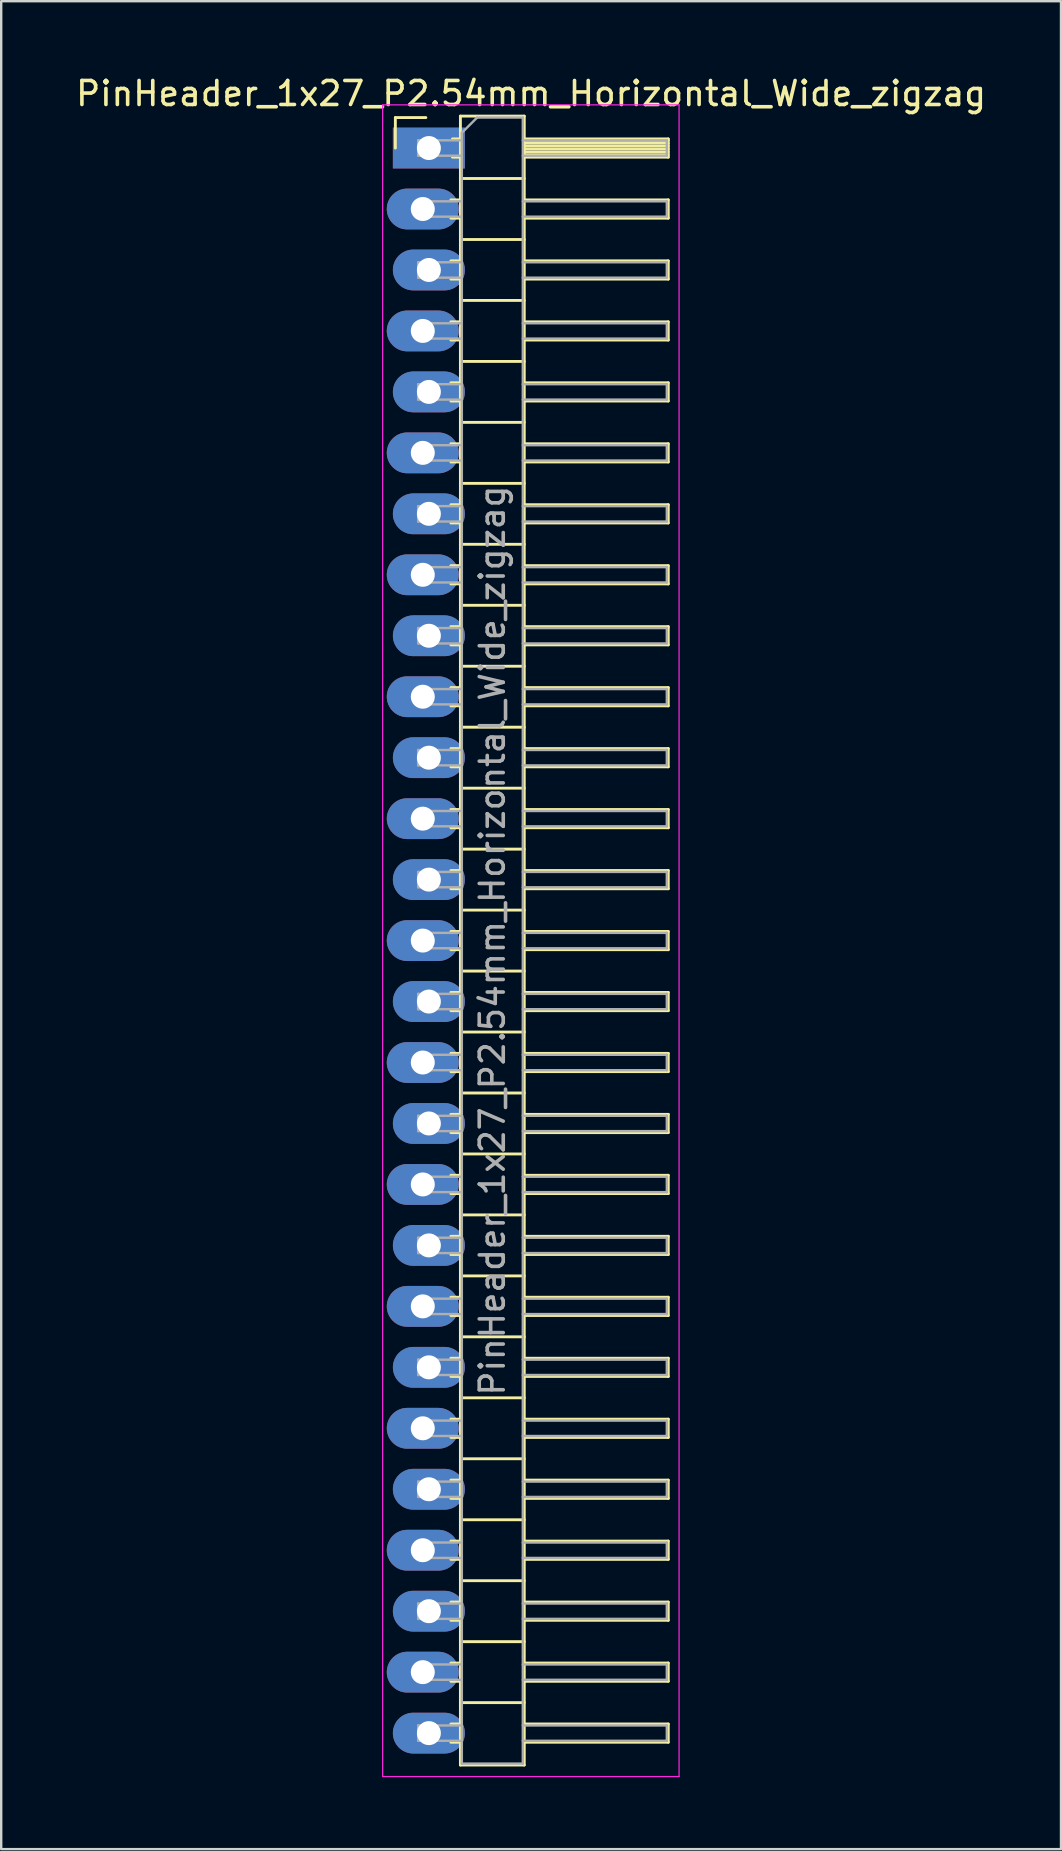
<source format=kicad_pcb>
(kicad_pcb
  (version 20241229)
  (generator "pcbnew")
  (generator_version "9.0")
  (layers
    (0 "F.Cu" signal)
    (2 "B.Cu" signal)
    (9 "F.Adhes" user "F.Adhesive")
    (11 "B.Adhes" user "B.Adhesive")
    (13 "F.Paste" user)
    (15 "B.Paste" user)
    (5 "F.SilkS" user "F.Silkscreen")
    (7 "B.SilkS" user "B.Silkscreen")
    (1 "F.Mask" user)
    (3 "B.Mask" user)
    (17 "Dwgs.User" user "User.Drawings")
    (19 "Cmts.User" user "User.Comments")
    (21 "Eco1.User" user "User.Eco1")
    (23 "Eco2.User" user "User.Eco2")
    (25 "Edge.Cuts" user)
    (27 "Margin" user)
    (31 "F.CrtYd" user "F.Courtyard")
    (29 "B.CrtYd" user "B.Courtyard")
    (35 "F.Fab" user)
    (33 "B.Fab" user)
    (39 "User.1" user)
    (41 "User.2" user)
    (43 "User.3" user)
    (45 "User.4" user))
  (footprint "PinHeader_1x27_P2.54mm_Horizontal_Wide_zigzag"
    (layer "F.Cu")
    (at 14.692 3.118)
    (property "Reference" "PinHeader_1x27_P2.54mm_Horizontal_Wide_zigzag" (at 4.385 -2.27 0) (layer "F.SilkS") (effects (font (size 1 1) (thickness 0.15))))
    (attr through_hole)
    (fp_line (start -1.27 -1.27) (end 0 -1.27) (stroke (width 0.12) (type solid)) (layer "F.SilkS"))
    (fp_line (start -1.27 0) (end -1.27 -1.27) (stroke (width 0.12) (type solid)) (layer "F.SilkS"))
    (fp_line (start 1.043 2.16) (end 1.44 2.16) (stroke (width 0.12) (type solid)) (layer "F.SilkS"))
    (fp_line (start 1.043 2.92) (end 1.44 2.92) (stroke (width 0.12) (type solid)) (layer "F.SilkS"))
    (fp_line (start 1.043 4.7) (end 1.44 4.7) (stroke (width 0.12) (type solid)) (layer "F.SilkS"))
    (fp_line (start 1.043 5.46) (end 1.44 5.46) (stroke (width 0.12) (type solid)) (layer "F.SilkS"))
    (fp_line (start 1.043 7.24) (end 1.44 7.24) (stroke (width 0.12) (type solid)) (layer "F.SilkS"))
    (fp_line (start 1.043 8) (end 1.44 8) (stroke (width 0.12) (type solid)) (layer "F.SilkS"))
    (fp_line (start 1.043 9.78) (end 1.44 9.78) (stroke (width 0.12) (type solid)) (layer "F.SilkS"))
    (fp_line (start 1.043 10.54) (end 1.44 10.54) (stroke (width 0.12) (type solid)) (layer "F.SilkS"))
    (fp_line (start 1.043 12.32) (end 1.44 12.32) (stroke (width 0.12) (type solid)) (layer "F.SilkS"))
    (fp_line (start 1.043 13.08) (end 1.44 13.08) (stroke (width 0.12) (type solid)) (layer "F.SilkS"))
    (fp_line (start 1.043 14.86) (end 1.44 14.86) (stroke (width 0.12) (type solid)) (layer "F.SilkS"))
    (fp_line (start 1.043 15.62) (end 1.44 15.62) (stroke (width 0.12) (type solid)) (layer "F.SilkS"))
    (fp_line (start 1.043 17.4) (end 1.44 17.4) (stroke (width 0.12) (type solid)) (layer "F.SilkS"))
    (fp_line (start 1.043 18.16) (end 1.44 18.16) (stroke (width 0.12) (type solid)) (layer "F.SilkS"))
    (fp_line (start 1.043 19.94) (end 1.44 19.94) (stroke (width 0.12) (type solid)) (layer "F.SilkS"))
    (fp_line (start 1.043 20.7) (end 1.44 20.7) (stroke (width 0.12) (type solid)) (layer "F.SilkS"))
    (fp_line (start 1.043 22.48) (end 1.44 22.48) (stroke (width 0.12) (type solid)) (layer "F.SilkS"))
    (fp_line (start 1.043 23.24) (end 1.44 23.24) (stroke (width 0.12) (type solid)) (layer "F.SilkS"))
    (fp_line (start 1.043 25.02) (end 1.44 25.02) (stroke (width 0.12) (type solid)) (layer "F.SilkS"))
    (fp_line (start 1.043 25.78) (end 1.44 25.78) (stroke (width 0.12) (type solid)) (layer "F.SilkS"))
    (fp_line (start 1.043 27.56) (end 1.44 27.56) (stroke (width 0.12) (type solid)) (layer "F.SilkS"))
    (fp_line (start 1.043 28.32) (end 1.44 28.32) (stroke (width 0.12) (type solid)) (layer "F.SilkS"))
    (fp_line (start 1.043 30.1) (end 1.44 30.1) (stroke (width 0.12) (type solid)) (layer "F.SilkS"))
    (fp_line (start 1.043 30.86) (end 1.44 30.86) (stroke (width 0.12) (type solid)) (layer "F.SilkS"))
    (fp_line (start 1.043 32.64) (end 1.44 32.64) (stroke (width 0.12) (type solid)) (layer "F.SilkS"))
    (fp_line (start 1.043 33.4) (end 1.44 33.4) (stroke (width 0.12) (type solid)) (layer "F.SilkS"))
    (fp_line (start 1.043 35.18) (end 1.44 35.18) (stroke (width 0.12) (type solid)) (layer "F.SilkS"))
    (fp_line (start 1.043 35.94) (end 1.44 35.94) (stroke (width 0.12) (type solid)) (layer "F.SilkS"))
    (fp_line (start 1.043 37.72) (end 1.44 37.72) (stroke (width 0.12) (type solid)) (layer "F.SilkS"))
    (fp_line (start 1.043 38.48) (end 1.44 38.48) (stroke (width 0.12) (type solid)) (layer "F.SilkS"))
    (fp_line (start 1.043 40.26) (end 1.44 40.26) (stroke (width 0.12) (type solid)) (layer "F.SilkS"))
    (fp_line (start 1.043 41.02) (end 1.44 41.02) (stroke (width 0.12) (type solid)) (layer "F.SilkS"))
    (fp_line (start 1.043 42.8) (end 1.44 42.8) (stroke (width 0.12) (type solid)) (layer "F.SilkS"))
    (fp_line (start 1.043 43.56) (end 1.44 43.56) (stroke (width 0.12) (type solid)) (layer "F.SilkS"))
    (fp_line (start 1.043 45.34) (end 1.44 45.34) (stroke (width 0.12) (type solid)) (layer "F.SilkS"))
    (fp_line (start 1.043 46.1) (end 1.44 46.1) (stroke (width 0.12) (type solid)) (layer "F.SilkS"))
    (fp_line (start 1.043 47.88) (end 1.44 47.88) (stroke (width 0.12) (type solid)) (layer "F.SilkS"))
    (fp_line (start 1.043 48.64) (end 1.44 48.64) (stroke (width 0.12) (type solid)) (layer "F.SilkS"))
    (fp_line (start 1.043 50.42) (end 1.44 50.42) (stroke (width 0.12) (type solid)) (layer "F.SilkS"))
    (fp_line (start 1.043 51.18) (end 1.44 51.18) (stroke (width 0.12) (type solid)) (layer "F.SilkS"))
    (fp_line (start 1.043 52.96) (end 1.44 52.96) (stroke (width 0.12) (type solid)) (layer "F.SilkS"))
    (fp_line (start 1.043 53.72) (end 1.44 53.72) (stroke (width 0.12) (type solid)) (layer "F.SilkS"))
    (fp_line (start 1.043 55.5) (end 1.44 55.5) (stroke (width 0.12) (type solid)) (layer "F.SilkS"))
    (fp_line (start 1.043 56.26) (end 1.44 56.26) (stroke (width 0.12) (type solid)) (layer "F.SilkS"))
    (fp_line (start 1.043 58.04) (end 1.44 58.04) (stroke (width 0.12) (type solid)) (layer "F.SilkS"))
    (fp_line (start 1.043 58.8) (end 1.44 58.8) (stroke (width 0.12) (type solid)) (layer "F.SilkS"))
    (fp_line (start 1.043 60.58) (end 1.44 60.58) (stroke (width 0.12) (type solid)) (layer "F.SilkS"))
    (fp_line (start 1.043 61.34) (end 1.44 61.34) (stroke (width 0.12) (type solid)) (layer "F.SilkS"))
    (fp_line (start 1.043 63.12) (end 1.44 63.12) (stroke (width 0.12) (type solid)) (layer "F.SilkS"))
    (fp_line (start 1.043 63.88) (end 1.44 63.88) (stroke (width 0.12) (type solid)) (layer "F.SilkS"))
    (fp_line (start 1.043 65.66) (end 1.44 65.66) (stroke (width 0.12) (type solid)) (layer "F.SilkS"))
    (fp_line (start 1.043 66.42) (end 1.44 66.42) (stroke (width 0.12) (type solid)) (layer "F.SilkS"))
    (fp_line (start 1.11 -0.38) (end 1.44 -0.38) (stroke (width 0.12) (type solid)) (layer "F.SilkS"))
    (fp_line (start 1.11 0.38) (end 1.44 0.38) (stroke (width 0.12) (type solid)) (layer "F.SilkS"))
    (fp_line (start 1.44 -1.33) (end 1.44 67.37) (stroke (width 0.12) (type solid)) (layer "F.SilkS"))
    (fp_line (start 1.44 1.27) (end 4.1 1.27) (stroke (width 0.12) (type solid)) (layer "F.SilkS"))
    (fp_line (start 1.44 3.81) (end 4.1 3.81) (stroke (width 0.12) (type solid)) (layer "F.SilkS"))
    (fp_line (start 1.44 6.35) (end 4.1 6.35) (stroke (width 0.12) (type solid)) (layer "F.SilkS"))
    (fp_line (start 1.44 8.89) (end 4.1 8.89) (stroke (width 0.12) (type solid)) (layer "F.SilkS"))
    (fp_line (start 1.44 11.43) (end 4.1 11.43) (stroke (width 0.12) (type solid)) (layer "F.SilkS"))
    (fp_line (start 1.44 13.97) (end 4.1 13.97) (stroke (width 0.12) (type solid)) (layer "F.SilkS"))
    (fp_line (start 1.44 16.51) (end 4.1 16.51) (stroke (width 0.12) (type solid)) (layer "F.SilkS"))
    (fp_line (start 1.44 19.05) (end 4.1 19.05) (stroke (width 0.12) (type solid)) (layer "F.SilkS"))
    (fp_line (start 1.44 21.59) (end 4.1 21.59) (stroke (width 0.12) (type solid)) (layer "F.SilkS"))
    (fp_line (start 1.44 24.13) (end 4.1 24.13) (stroke (width 0.12) (type solid)) (layer "F.SilkS"))
    (fp_line (start 1.44 26.67) (end 4.1 26.67) (stroke (width 0.12) (type solid)) (layer "F.SilkS"))
    (fp_line (start 1.44 29.21) (end 4.1 29.21) (stroke (width 0.12) (type solid)) (layer "F.SilkS"))
    (fp_line (start 1.44 31.75) (end 4.1 31.75) (stroke (width 0.12) (type solid)) (layer "F.SilkS"))
    (fp_line (start 1.44 34.29) (end 4.1 34.29) (stroke (width 0.12) (type solid)) (layer "F.SilkS"))
    (fp_line (start 1.44 36.83) (end 4.1 36.83) (stroke (width 0.12) (type solid)) (layer "F.SilkS"))
    (fp_line (start 1.44 39.37) (end 4.1 39.37) (stroke (width 0.12) (type solid)) (layer "F.SilkS"))
    (fp_line (start 1.44 41.91) (end 4.1 41.91) (stroke (width 0.12) (type solid)) (layer "F.SilkS"))
    (fp_line (start 1.44 44.45) (end 4.1 44.45) (stroke (width 0.12) (type solid)) (layer "F.SilkS"))
    (fp_line (start 1.44 46.99) (end 4.1 46.99) (stroke (width 0.12) (type solid)) (layer "F.SilkS"))
    (fp_line (start 1.44 49.53) (end 4.1 49.53) (stroke (width 0.12) (type solid)) (layer "F.SilkS"))
    (fp_line (start 1.44 52.07) (end 4.1 52.07) (stroke (width 0.12) (type solid)) (layer "F.SilkS"))
    (fp_line (start 1.44 54.61) (end 4.1 54.61) (stroke (width 0.12) (type solid)) (layer "F.SilkS"))
    (fp_line (start 1.44 57.15) (end 4.1 57.15) (stroke (width 0.12) (type solid)) (layer "F.SilkS"))
    (fp_line (start 1.44 59.69) (end 4.1 59.69) (stroke (width 0.12) (type solid)) (layer "F.SilkS"))
    (fp_line (start 1.44 62.23) (end 4.1 62.23) (stroke (width 0.12) (type solid)) (layer "F.SilkS"))
    (fp_line (start 1.44 64.77) (end 4.1 64.77) (stroke (width 0.12) (type solid)) (layer "F.SilkS"))
    (fp_line (start 1.44 67.37) (end 4.1 67.37) (stroke (width 0.12) (type solid)) (layer "F.SilkS"))
    (fp_line (start 4.1 -1.33) (end 1.44 -1.33) (stroke (width 0.12) (type solid)) (layer "F.SilkS"))
    (fp_line (start 4.1 -0.38) (end 10.1 -0.38) (stroke (width 0.12) (type solid)) (layer "F.SilkS"))
    (fp_line (start 4.1 -0.32) (end 10.1 -0.32) (stroke (width 0.12) (type solid)) (layer "F.SilkS"))
    (fp_line (start 4.1 -0.2) (end 10.1 -0.2) (stroke (width 0.12) (type solid)) (layer "F.SilkS"))
    (fp_line (start 4.1 -0.08) (end 10.1 -0.08) (stroke (width 0.12) (type solid)) (layer "F.SilkS"))
    (fp_line (start 4.1 0.04) (end 10.1 0.04) (stroke (width 0.12) (type solid)) (layer "F.SilkS"))
    (fp_line (start 4.1 0.16) (end 10.1 0.16) (stroke (width 0.12) (type solid)) (layer "F.SilkS"))
    (fp_line (start 4.1 0.28) (end 10.1 0.28) (stroke (width 0.12) (type solid)) (layer "F.SilkS"))
    (fp_line (start 4.1 2.16) (end 10.1 2.16) (stroke (width 0.12) (type solid)) (layer "F.SilkS"))
    (fp_line (start 4.1 4.7) (end 10.1 4.7) (stroke (width 0.12) (type solid)) (layer "F.SilkS"))
    (fp_line (start 4.1 7.24) (end 10.1 7.24) (stroke (width 0.12) (type solid)) (layer "F.SilkS"))
    (fp_line (start 4.1 9.78) (end 10.1 9.78) (stroke (width 0.12) (type solid)) (layer "F.SilkS"))
    (fp_line (start 4.1 12.32) (end 10.1 12.32) (stroke (width 0.12) (type solid)) (layer "F.SilkS"))
    (fp_line (start 4.1 14.86) (end 10.1 14.86) (stroke (width 0.12) (type solid)) (layer "F.SilkS"))
    (fp_line (start 4.1 17.4) (end 10.1 17.4) (stroke (width 0.12) (type solid)) (layer "F.SilkS"))
    (fp_line (start 4.1 19.94) (end 10.1 19.94) (stroke (width 0.12) (type solid)) (layer "F.SilkS"))
    (fp_line (start 4.1 22.48) (end 10.1 22.48) (stroke (width 0.12) (type solid)) (layer "F.SilkS"))
    (fp_line (start 4.1 25.02) (end 10.1 25.02) (stroke (width 0.12) (type solid)) (layer "F.SilkS"))
    (fp_line (start 4.1 27.56) (end 10.1 27.56) (stroke (width 0.12) (type solid)) (layer "F.SilkS"))
    (fp_line (start 4.1 30.1) (end 10.1 30.1) (stroke (width 0.12) (type solid)) (layer "F.SilkS"))
    (fp_line (start 4.1 32.64) (end 10.1 32.64) (stroke (width 0.12) (type solid)) (layer "F.SilkS"))
    (fp_line (start 4.1 35.18) (end 10.1 35.18) (stroke (width 0.12) (type solid)) (layer "F.SilkS"))
    (fp_line (start 4.1 37.72) (end 10.1 37.72) (stroke (width 0.12) (type solid)) (layer "F.SilkS"))
    (fp_line (start 4.1 40.26) (end 10.1 40.26) (stroke (width 0.12) (type solid)) (layer "F.SilkS"))
    (fp_line (start 4.1 42.8) (end 10.1 42.8) (stroke (width 0.12) (type solid)) (layer "F.SilkS"))
    (fp_line (start 4.1 45.34) (end 10.1 45.34) (stroke (width 0.12) (type solid)) (layer "F.SilkS"))
    (fp_line (start 4.1 47.88) (end 10.1 47.88) (stroke (width 0.12) (type solid)) (layer "F.SilkS"))
    (fp_line (start 4.1 50.42) (end 10.1 50.42) (stroke (width 0.12) (type solid)) (layer "F.SilkS"))
    (fp_line (start 4.1 52.96) (end 10.1 52.96) (stroke (width 0.12) (type solid)) (layer "F.SilkS"))
    (fp_line (start 4.1 55.5) (end 10.1 55.5) (stroke (width 0.12) (type solid)) (layer "F.SilkS"))
    (fp_line (start 4.1 58.04) (end 10.1 58.04) (stroke (width 0.12) (type solid)) (layer "F.SilkS"))
    (fp_line (start 4.1 60.58) (end 10.1 60.58) (stroke (width 0.12) (type solid)) (layer "F.SilkS"))
    (fp_line (start 4.1 63.12) (end 10.1 63.12) (stroke (width 0.12) (type solid)) (layer "F.SilkS"))
    (fp_line (start 4.1 65.66) (end 10.1 65.66) (stroke (width 0.12) (type solid)) (layer "F.SilkS"))
    (fp_line (start 4.1 67.37) (end 4.1 -1.33) (stroke (width 0.12) (type solid)) (layer "F.SilkS"))
    (fp_line (start 10.1 -0.38) (end 10.1 0.38) (stroke (width 0.12) (type solid)) (layer "F.SilkS"))
    (fp_line (start 10.1 0.38) (end 4.1 0.38) (stroke (width 0.12) (type solid)) (layer "F.SilkS"))
    (fp_line (start 10.1 2.16) (end 10.1 2.92) (stroke (width 0.12) (type solid)) (layer "F.SilkS"))
    (fp_line (start 10.1 2.92) (end 4.1 2.92) (stroke (width 0.12) (type solid)) (layer "F.SilkS"))
    (fp_line (start 10.1 4.7) (end 10.1 5.46) (stroke (width 0.12) (type solid)) (layer "F.SilkS"))
    (fp_line (start 10.1 5.46) (end 4.1 5.46) (stroke (width 0.12) (type solid)) (layer "F.SilkS"))
    (fp_line (start 10.1 7.24) (end 10.1 8) (stroke (width 0.12) (type solid)) (layer "F.SilkS"))
    (fp_line (start 10.1 8) (end 4.1 8) (stroke (width 0.12) (type solid)) (layer "F.SilkS"))
    (fp_line (start 10.1 9.78) (end 10.1 10.54) (stroke (width 0.12) (type solid)) (layer "F.SilkS"))
    (fp_line (start 10.1 10.54) (end 4.1 10.54) (stroke (width 0.12) (type solid)) (layer "F.SilkS"))
    (fp_line (start 10.1 12.32) (end 10.1 13.08) (stroke (width 0.12) (type solid)) (layer "F.SilkS"))
    (fp_line (start 10.1 13.08) (end 4.1 13.08) (stroke (width 0.12) (type solid)) (layer "F.SilkS"))
    (fp_line (start 10.1 14.86) (end 10.1 15.62) (stroke (width 0.12) (type solid)) (layer "F.SilkS"))
    (fp_line (start 10.1 15.62) (end 4.1 15.62) (stroke (width 0.12) (type solid)) (layer "F.SilkS"))
    (fp_line (start 10.1 17.4) (end 10.1 18.16) (stroke (width 0.12) (type solid)) (layer "F.SilkS"))
    (fp_line (start 10.1 18.16) (end 4.1 18.16) (stroke (width 0.12) (type solid)) (layer "F.SilkS"))
    (fp_line (start 10.1 19.94) (end 10.1 20.7) (stroke (width 0.12) (type solid)) (layer "F.SilkS"))
    (fp_line (start 10.1 20.7) (end 4.1 20.7) (stroke (width 0.12) (type solid)) (layer "F.SilkS"))
    (fp_line (start 10.1 22.48) (end 10.1 23.24) (stroke (width 0.12) (type solid)) (layer "F.SilkS"))
    (fp_line (start 10.1 23.24) (end 4.1 23.24) (stroke (width 0.12) (type solid)) (layer "F.SilkS"))
    (fp_line (start 10.1 25.02) (end 10.1 25.78) (stroke (width 0.12) (type solid)) (layer "F.SilkS"))
    (fp_line (start 10.1 25.78) (end 4.1 25.78) (stroke (width 0.12) (type solid)) (layer "F.SilkS"))
    (fp_line (start 10.1 27.56) (end 10.1 28.32) (stroke (width 0.12) (type solid)) (layer "F.SilkS"))
    (fp_line (start 10.1 28.32) (end 4.1 28.32) (stroke (width 0.12) (type solid)) (layer "F.SilkS"))
    (fp_line (start 10.1 30.1) (end 10.1 30.86) (stroke (width 0.12) (type solid)) (layer "F.SilkS"))
    (fp_line (start 10.1 30.86) (end 4.1 30.86) (stroke (width 0.12) (type solid)) (layer "F.SilkS"))
    (fp_line (start 10.1 32.64) (end 10.1 33.4) (stroke (width 0.12) (type solid)) (layer "F.SilkS"))
    (fp_line (start 10.1 33.4) (end 4.1 33.4) (stroke (width 0.12) (type solid)) (layer "F.SilkS"))
    (fp_line (start 10.1 35.18) (end 10.1 35.94) (stroke (width 0.12) (type solid)) (layer "F.SilkS"))
    (fp_line (start 10.1 35.94) (end 4.1 35.94) (stroke (width 0.12) (type solid)) (layer "F.SilkS"))
    (fp_line (start 10.1 37.72) (end 10.1 38.48) (stroke (width 0.12) (type solid)) (layer "F.SilkS"))
    (fp_line (start 10.1 38.48) (end 4.1 38.48) (stroke (width 0.12) (type solid)) (layer "F.SilkS"))
    (fp_line (start 10.1 40.26) (end 10.1 41.02) (stroke (width 0.12) (type solid)) (layer "F.SilkS"))
    (fp_line (start 10.1 41.02) (end 4.1 41.02) (stroke (width 0.12) (type solid)) (layer "F.SilkS"))
    (fp_line (start 10.1 42.8) (end 10.1 43.56) (stroke (width 0.12) (type solid)) (layer "F.SilkS"))
    (fp_line (start 10.1 43.56) (end 4.1 43.56) (stroke (width 0.12) (type solid)) (layer "F.SilkS"))
    (fp_line (start 10.1 45.34) (end 10.1 46.1) (stroke (width 0.12) (type solid)) (layer "F.SilkS"))
    (fp_line (start 10.1 46.1) (end 4.1 46.1) (stroke (width 0.12) (type solid)) (layer "F.SilkS"))
    (fp_line (start 10.1 47.88) (end 10.1 48.64) (stroke (width 0.12) (type solid)) (layer "F.SilkS"))
    (fp_line (start 10.1 48.64) (end 4.1 48.64) (stroke (width 0.12) (type solid)) (layer "F.SilkS"))
    (fp_line (start 10.1 50.42) (end 10.1 51.18) (stroke (width 0.12) (type solid)) (layer "F.SilkS"))
    (fp_line (start 10.1 51.18) (end 4.1 51.18) (stroke (width 0.12) (type solid)) (layer "F.SilkS"))
    (fp_line (start 10.1 52.96) (end 10.1 53.72) (stroke (width 0.12) (type solid)) (layer "F.SilkS"))
    (fp_line (start 10.1 53.72) (end 4.1 53.72) (stroke (width 0.12) (type solid)) (layer "F.SilkS"))
    (fp_line (start 10.1 55.5) (end 10.1 56.26) (stroke (width 0.12) (type solid)) (layer "F.SilkS"))
    (fp_line (start 10.1 56.26) (end 4.1 56.26) (stroke (width 0.12) (type solid)) (layer "F.SilkS"))
    (fp_line (start 10.1 58.04) (end 10.1 58.8) (stroke (width 0.12) (type solid)) (layer "F.SilkS"))
    (fp_line (start 10.1 58.8) (end 4.1 58.8) (stroke (width 0.12) (type solid)) (layer "F.SilkS"))
    (fp_line (start 10.1 60.58) (end 10.1 61.34) (stroke (width 0.12) (type solid)) (layer "F.SilkS"))
    (fp_line (start 10.1 61.34) (end 4.1 61.34) (stroke (width 0.12) (type solid)) (layer "F.SilkS"))
    (fp_line (start 10.1 63.12) (end 10.1 63.88) (stroke (width 0.12) (type solid)) (layer "F.SilkS"))
    (fp_line (start 10.1 63.88) (end 4.1 63.88) (stroke (width 0.12) (type solid)) (layer "F.SilkS"))
    (fp_line (start 10.1 65.66) (end 10.1 66.42) (stroke (width 0.12) (type solid)) (layer "F.SilkS"))
    (fp_line (start 10.1 66.42) (end 4.1 66.42) (stroke (width 0.12) (type solid)) (layer "F.SilkS"))
    (fp_line (start -1.8 -1.8) (end -1.8 67.85) (stroke (width 0.05) (type solid)) (layer "F.CrtYd"))
    (fp_line (start -1.8 67.85) (end 10.55 67.85) (stroke (width 0.05) (type solid)) (layer "F.CrtYd"))
    (fp_line (start 10.55 -1.8) (end -1.8 -1.8) (stroke (width 0.05) (type solid)) (layer "F.CrtYd"))
    (fp_line (start 10.55 67.85) (end 10.55 -1.8) (stroke (width 0.05) (type solid)) (layer "F.CrtYd"))
    (fp_line (start -0.32 -0.32) (end -0.32 0.32) (stroke (width 0.1) (type solid)) (layer "F.Fab"))
    (fp_line (start -0.32 -0.32) (end 1.5 -0.32) (stroke (width 0.1) (type solid)) (layer "F.Fab"))
    (fp_line (start -0.32 0.32) (end 1.5 0.32) (stroke (width 0.1) (type solid)) (layer "F.Fab"))
    (fp_line (start -0.32 2.22) (end -0.32 2.86) (stroke (width 0.1) (type solid)) (layer "F.Fab"))
    (fp_line (start -0.32 2.22) (end 1.5 2.22) (stroke (width 0.1) (type solid)) (layer "F.Fab"))
    (fp_line (start -0.32 2.86) (end 1.5 2.86) (stroke (width 0.1) (type solid)) (layer "F.Fab"))
    (fp_line (start -0.32 4.76) (end -0.32 5.4) (stroke (width 0.1) (type solid)) (layer "F.Fab"))
    (fp_line (start -0.32 4.76) (end 1.5 4.76) (stroke (width 0.1) (type solid)) (layer "F.Fab"))
    (fp_line (start -0.32 5.4) (end 1.5 5.4) (stroke (width 0.1) (type solid)) (layer "F.Fab"))
    (fp_line (start -0.32 7.3) (end -0.32 7.94) (stroke (width 0.1) (type solid)) (layer "F.Fab"))
    (fp_line (start -0.32 7.3) (end 1.5 7.3) (stroke (width 0.1) (type solid)) (layer "F.Fab"))
    (fp_line (start -0.32 7.94) (end 1.5 7.94) (stroke (width 0.1) (type solid)) (layer "F.Fab"))
    (fp_line (start -0.32 9.84) (end -0.32 10.48) (stroke (width 0.1) (type solid)) (layer "F.Fab"))
    (fp_line (start -0.32 9.84) (end 1.5 9.84) (stroke (width 0.1) (type solid)) (layer "F.Fab"))
    (fp_line (start -0.32 10.48) (end 1.5 10.48) (stroke (width 0.1) (type solid)) (layer "F.Fab"))
    (fp_line (start -0.32 12.38) (end -0.32 13.02) (stroke (width 0.1) (type solid)) (layer "F.Fab"))
    (fp_line (start -0.32 12.38) (end 1.5 12.38) (stroke (width 0.1) (type solid)) (layer "F.Fab"))
    (fp_line (start -0.32 13.02) (end 1.5 13.02) (stroke (width 0.1) (type solid)) (layer "F.Fab"))
    (fp_line (start -0.32 14.92) (end -0.32 15.56) (stroke (width 0.1) (type solid)) (layer "F.Fab"))
    (fp_line (start -0.32 14.92) (end 1.5 14.92) (stroke (width 0.1) (type solid)) (layer "F.Fab"))
    (fp_line (start -0.32 15.56) (end 1.5 15.56) (stroke (width 0.1) (type solid)) (layer "F.Fab"))
    (fp_line (start -0.32 17.46) (end -0.32 18.1) (stroke (width 0.1) (type solid)) (layer "F.Fab"))
    (fp_line (start -0.32 17.46) (end 1.5 17.46) (stroke (width 0.1) (type solid)) (layer "F.Fab"))
    (fp_line (start -0.32 18.1) (end 1.5 18.1) (stroke (width 0.1) (type solid)) (layer "F.Fab"))
    (fp_line (start -0.32 20) (end -0.32 20.64) (stroke (width 0.1) (type solid)) (layer "F.Fab"))
    (fp_line (start -0.32 20) (end 1.5 20) (stroke (width 0.1) (type solid)) (layer "F.Fab"))
    (fp_line (start -0.32 20.64) (end 1.5 20.64) (stroke (width 0.1) (type solid)) (layer "F.Fab"))
    (fp_line (start -0.32 22.54) (end -0.32 23.18) (stroke (width 0.1) (type solid)) (layer "F.Fab"))
    (fp_line (start -0.32 22.54) (end 1.5 22.54) (stroke (width 0.1) (type solid)) (layer "F.Fab"))
    (fp_line (start -0.32 23.18) (end 1.5 23.18) (stroke (width 0.1) (type solid)) (layer "F.Fab"))
    (fp_line (start -0.32 25.08) (end -0.32 25.72) (stroke (width 0.1) (type solid)) (layer "F.Fab"))
    (fp_line (start -0.32 25.08) (end 1.5 25.08) (stroke (width 0.1) (type solid)) (layer "F.Fab"))
    (fp_line (start -0.32 25.72) (end 1.5 25.72) (stroke (width 0.1) (type solid)) (layer "F.Fab"))
    (fp_line (start -0.32 27.62) (end -0.32 28.26) (stroke (width 0.1) (type solid)) (layer "F.Fab"))
    (fp_line (start -0.32 27.62) (end 1.5 27.62) (stroke (width 0.1) (type solid)) (layer "F.Fab"))
    (fp_line (start -0.32 28.26) (end 1.5 28.26) (stroke (width 0.1) (type solid)) (layer "F.Fab"))
    (fp_line (start -0.32 30.16) (end -0.32 30.8) (stroke (width 0.1) (type solid)) (layer "F.Fab"))
    (fp_line (start -0.32 30.16) (end 1.5 30.16) (stroke (width 0.1) (type solid)) (layer "F.Fab"))
    (fp_line (start -0.32 30.8) (end 1.5 30.8) (stroke (width 0.1) (type solid)) (layer "F.Fab"))
    (fp_line (start -0.32 32.7) (end -0.32 33.34) (stroke (width 0.1) (type solid)) (layer "F.Fab"))
    (fp_line (start -0.32 32.7) (end 1.5 32.7) (stroke (width 0.1) (type solid)) (layer "F.Fab"))
    (fp_line (start -0.32 33.34) (end 1.5 33.34) (stroke (width 0.1) (type solid)) (layer "F.Fab"))
    (fp_line (start -0.32 35.24) (end -0.32 35.88) (stroke (width 0.1) (type solid)) (layer "F.Fab"))
    (fp_line (start -0.32 35.24) (end 1.5 35.24) (stroke (width 0.1) (type solid)) (layer "F.Fab"))
    (fp_line (start -0.32 35.88) (end 1.5 35.88) (stroke (width 0.1) (type solid)) (layer "F.Fab"))
    (fp_line (start -0.32 37.78) (end -0.32 38.42) (stroke (width 0.1) (type solid)) (layer "F.Fab"))
    (fp_line (start -0.32 37.78) (end 1.5 37.78) (stroke (width 0.1) (type solid)) (layer "F.Fab"))
    (fp_line (start -0.32 38.42) (end 1.5 38.42) (stroke (width 0.1) (type solid)) (layer "F.Fab"))
    (fp_line (start -0.32 40.32) (end -0.32 40.96) (stroke (width 0.1) (type solid)) (layer "F.Fab"))
    (fp_line (start -0.32 40.32) (end 1.5 40.32) (stroke (width 0.1) (type solid)) (layer "F.Fab"))
    (fp_line (start -0.32 40.96) (end 1.5 40.96) (stroke (width 0.1) (type solid)) (layer "F.Fab"))
    (fp_line (start -0.32 42.86) (end -0.32 43.5) (stroke (width 0.1) (type solid)) (layer "F.Fab"))
    (fp_line (start -0.32 42.86) (end 1.5 42.86) (stroke (width 0.1) (type solid)) (layer "F.Fab"))
    (fp_line (start -0.32 43.5) (end 1.5 43.5) (stroke (width 0.1) (type solid)) (layer "F.Fab"))
    (fp_line (start -0.32 45.4) (end -0.32 46.04) (stroke (width 0.1) (type solid)) (layer "F.Fab"))
    (fp_line (start -0.32 45.4) (end 1.5 45.4) (stroke (width 0.1) (type solid)) (layer "F.Fab"))
    (fp_line (start -0.32 46.04) (end 1.5 46.04) (stroke (width 0.1) (type solid)) (layer "F.Fab"))
    (fp_line (start -0.32 47.94) (end -0.32 48.58) (stroke (width 0.1) (type solid)) (layer "F.Fab"))
    (fp_line (start -0.32 47.94) (end 1.5 47.94) (stroke (width 0.1) (type solid)) (layer "F.Fab"))
    (fp_line (start -0.32 48.58) (end 1.5 48.58) (stroke (width 0.1) (type solid)) (layer "F.Fab"))
    (fp_line (start -0.32 50.48) (end -0.32 51.12) (stroke (width 0.1) (type solid)) (layer "F.Fab"))
    (fp_line (start -0.32 50.48) (end 1.5 50.48) (stroke (width 0.1) (type solid)) (layer "F.Fab"))
    (fp_line (start -0.32 51.12) (end 1.5 51.12) (stroke (width 0.1) (type solid)) (layer "F.Fab"))
    (fp_line (start -0.32 53.02) (end -0.32 53.66) (stroke (width 0.1) (type solid)) (layer "F.Fab"))
    (fp_line (start -0.32 53.02) (end 1.5 53.02) (stroke (width 0.1) (type solid)) (layer "F.Fab"))
    (fp_line (start -0.32 53.66) (end 1.5 53.66) (stroke (width 0.1) (type solid)) (layer "F.Fab"))
    (fp_line (start -0.32 55.56) (end -0.32 56.2) (stroke (width 0.1) (type solid)) (layer "F.Fab"))
    (fp_line (start -0.32 55.56) (end 1.5 55.56) (stroke (width 0.1) (type solid)) (layer "F.Fab"))
    (fp_line (start -0.32 56.2) (end 1.5 56.2) (stroke (width 0.1) (type solid)) (layer "F.Fab"))
    (fp_line (start -0.32 58.1) (end -0.32 58.74) (stroke (width 0.1) (type solid)) (layer "F.Fab"))
    (fp_line (start -0.32 58.1) (end 1.5 58.1) (stroke (width 0.1) (type solid)) (layer "F.Fab"))
    (fp_line (start -0.32 58.74) (end 1.5 58.74) (stroke (width 0.1) (type solid)) (layer "F.Fab"))
    (fp_line (start -0.32 60.64) (end -0.32 61.28) (stroke (width 0.1) (type solid)) (layer "F.Fab"))
    (fp_line (start -0.32 60.64) (end 1.5 60.64) (stroke (width 0.1) (type solid)) (layer "F.Fab"))
    (fp_line (start -0.32 61.28) (end 1.5 61.28) (stroke (width 0.1) (type solid)) (layer "F.Fab"))
    (fp_line (start -0.32 63.18) (end -0.32 63.82) (stroke (width 0.1) (type solid)) (layer "F.Fab"))
    (fp_line (start -0.32 63.18) (end 1.5 63.18) (stroke (width 0.1) (type solid)) (layer "F.Fab"))
    (fp_line (start -0.32 63.82) (end 1.5 63.82) (stroke (width 0.1) (type solid)) (layer "F.Fab"))
    (fp_line (start -0.32 65.72) (end -0.32 66.36) (stroke (width 0.1) (type solid)) (layer "F.Fab"))
    (fp_line (start -0.32 65.72) (end 1.5 65.72) (stroke (width 0.1) (type solid)) (layer "F.Fab"))
    (fp_line (start -0.32 66.36) (end 1.5 66.36) (stroke (width 0.1) (type solid)) (layer "F.Fab"))
    (fp_line (start 1.5 -0.635) (end 2.135 -1.27) (stroke (width 0.1) (type solid)) (layer "F.Fab"))
    (fp_line (start 1.5 67.31) (end 1.5 -0.635) (stroke (width 0.1) (type solid)) (layer "F.Fab"))
    (fp_line (start 2.135 -1.27) (end 4.04 -1.27) (stroke (width 0.1) (type solid)) (layer "F.Fab"))
    (fp_line (start 4.04 -1.27) (end 4.04 67.31) (stroke (width 0.1) (type solid)) (layer "F.Fab"))
    (fp_line (start 4.04 -0.32) (end 10.04 -0.32) (stroke (width 0.1) (type solid)) (layer "F.Fab"))
    (fp_line (start 4.04 0.32) (end 10.04 0.32) (stroke (width 0.1) (type solid)) (layer "F.Fab"))
    (fp_line (start 4.04 2.22) (end 10.04 2.22) (stroke (width 0.1) (type solid)) (layer "F.Fab"))
    (fp_line (start 4.04 2.86) (end 10.04 2.86) (stroke (width 0.1) (type solid)) (layer "F.Fab"))
    (fp_line (start 4.04 4.76) (end 10.04 4.76) (stroke (width 0.1) (type solid)) (layer "F.Fab"))
    (fp_line (start 4.04 5.4) (end 10.04 5.4) (stroke (width 0.1) (type solid)) (layer "F.Fab"))
    (fp_line (start 4.04 7.3) (end 10.04 7.3) (stroke (width 0.1) (type solid)) (layer "F.Fab"))
    (fp_line (start 4.04 7.94) (end 10.04 7.94) (stroke (width 0.1) (type solid)) (layer "F.Fab"))
    (fp_line (start 4.04 9.84) (end 10.04 9.84) (stroke (width 0.1) (type solid)) (layer "F.Fab"))
    (fp_line (start 4.04 10.48) (end 10.04 10.48) (stroke (width 0.1) (type solid)) (layer "F.Fab"))
    (fp_line (start 4.04 12.38) (end 10.04 12.38) (stroke (width 0.1) (type solid)) (layer "F.Fab"))
    (fp_line (start 4.04 13.02) (end 10.04 13.02) (stroke (width 0.1) (type solid)) (layer "F.Fab"))
    (fp_line (start 4.04 14.92) (end 10.04 14.92) (stroke (width 0.1) (type solid)) (layer "F.Fab"))
    (fp_line (start 4.04 15.56) (end 10.04 15.56) (stroke (width 0.1) (type solid)) (layer "F.Fab"))
    (fp_line (start 4.04 17.46) (end 10.04 17.46) (stroke (width 0.1) (type solid)) (layer "F.Fab"))
    (fp_line (start 4.04 18.1) (end 10.04 18.1) (stroke (width 0.1) (type solid)) (layer "F.Fab"))
    (fp_line (start 4.04 20) (end 10.04 20) (stroke (width 0.1) (type solid)) (layer "F.Fab"))
    (fp_line (start 4.04 20.64) (end 10.04 20.64) (stroke (width 0.1) (type solid)) (layer "F.Fab"))
    (fp_line (start 4.04 22.54) (end 10.04 22.54) (stroke (width 0.1) (type solid)) (layer "F.Fab"))
    (fp_line (start 4.04 23.18) (end 10.04 23.18) (stroke (width 0.1) (type solid)) (layer "F.Fab"))
    (fp_line (start 4.04 25.08) (end 10.04 25.08) (stroke (width 0.1) (type solid)) (layer "F.Fab"))
    (fp_line (start 4.04 25.72) (end 10.04 25.72) (stroke (width 0.1) (type solid)) (layer "F.Fab"))
    (fp_line (start 4.04 27.62) (end 10.04 27.62) (stroke (width 0.1) (type solid)) (layer "F.Fab"))
    (fp_line (start 4.04 28.26) (end 10.04 28.26) (stroke (width 0.1) (type solid)) (layer "F.Fab"))
    (fp_line (start 4.04 30.16) (end 10.04 30.16) (stroke (width 0.1) (type solid)) (layer "F.Fab"))
    (fp_line (start 4.04 30.8) (end 10.04 30.8) (stroke (width 0.1) (type solid)) (layer "F.Fab"))
    (fp_line (start 4.04 32.7) (end 10.04 32.7) (stroke (width 0.1) (type solid)) (layer "F.Fab"))
    (fp_line (start 4.04 33.34) (end 10.04 33.34) (stroke (width 0.1) (type solid)) (layer "F.Fab"))
    (fp_line (start 4.04 35.24) (end 10.04 35.24) (stroke (width 0.1) (type solid)) (layer "F.Fab"))
    (fp_line (start 4.04 35.88) (end 10.04 35.88) (stroke (width 0.1) (type solid)) (layer "F.Fab"))
    (fp_line (start 4.04 37.78) (end 10.04 37.78) (stroke (width 0.1) (type solid)) (layer "F.Fab"))
    (fp_line (start 4.04 38.42) (end 10.04 38.42) (stroke (width 0.1) (type solid)) (layer "F.Fab"))
    (fp_line (start 4.04 40.32) (end 10.04 40.32) (stroke (width 0.1) (type solid)) (layer "F.Fab"))
    (fp_line (start 4.04 40.96) (end 10.04 40.96) (stroke (width 0.1) (type solid)) (layer "F.Fab"))
    (fp_line (start 4.04 42.86) (end 10.04 42.86) (stroke (width 0.1) (type solid)) (layer "F.Fab"))
    (fp_line (start 4.04 43.5) (end 10.04 43.5) (stroke (width 0.1) (type solid)) (layer "F.Fab"))
    (fp_line (start 4.04 45.4) (end 10.04 45.4) (stroke (width 0.1) (type solid)) (layer "F.Fab"))
    (fp_line (start 4.04 46.04) (end 10.04 46.04) (stroke (width 0.1) (type solid)) (layer "F.Fab"))
    (fp_line (start 4.04 47.94) (end 10.04 47.94) (stroke (width 0.1) (type solid)) (layer "F.Fab"))
    (fp_line (start 4.04 48.58) (end 10.04 48.58) (stroke (width 0.1) (type solid)) (layer "F.Fab"))
    (fp_line (start 4.04 50.48) (end 10.04 50.48) (stroke (width 0.1) (type solid)) (layer "F.Fab"))
    (fp_line (start 4.04 51.12) (end 10.04 51.12) (stroke (width 0.1) (type solid)) (layer "F.Fab"))
    (fp_line (start 4.04 53.02) (end 10.04 53.02) (stroke (width 0.1) (type solid)) (layer "F.Fab"))
    (fp_line (start 4.04 53.66) (end 10.04 53.66) (stroke (width 0.1) (type solid)) (layer "F.Fab"))
    (fp_line (start 4.04 55.56) (end 10.04 55.56) (stroke (width 0.1) (type solid)) (layer "F.Fab"))
    (fp_line (start 4.04 56.2) (end 10.04 56.2) (stroke (width 0.1) (type solid)) (layer "F.Fab"))
    (fp_line (start 4.04 58.1) (end 10.04 58.1) (stroke (width 0.1) (type solid)) (layer "F.Fab"))
    (fp_line (start 4.04 58.74) (end 10.04 58.74) (stroke (width 0.1) (type solid)) (layer "F.Fab"))
    (fp_line (start 4.04 60.64) (end 10.04 60.64) (stroke (width 0.1) (type solid)) (layer "F.Fab"))
    (fp_line (start 4.04 61.28) (end 10.04 61.28) (stroke (width 0.1) (type solid)) (layer "F.Fab"))
    (fp_line (start 4.04 63.18) (end 10.04 63.18) (stroke (width 0.1) (type solid)) (layer "F.Fab"))
    (fp_line (start 4.04 63.82) (end 10.04 63.82) (stroke (width 0.1) (type solid)) (layer "F.Fab"))
    (fp_line (start 4.04 65.72) (end 10.04 65.72) (stroke (width 0.1) (type solid)) (layer "F.Fab"))
    (fp_line (start 4.04 66.36) (end 10.04 66.36) (stroke (width 0.1) (type solid)) (layer "F.Fab"))
    (fp_line (start 4.04 67.31) (end 1.5 67.31) (stroke (width 0.1) (type solid)) (layer "F.Fab"))
    (fp_line (start 10.04 -0.32) (end 10.04 0.32) (stroke (width 0.1) (type solid)) (layer "F.Fab"))
    (fp_line (start 10.04 2.22) (end 10.04 2.86) (stroke (width 0.1) (type solid)) (layer "F.Fab"))
    (fp_line (start 10.04 4.76) (end 10.04 5.4) (stroke (width 0.1) (type solid)) (layer "F.Fab"))
    (fp_line (start 10.04 7.3) (end 10.04 7.94) (stroke (width 0.1) (type solid)) (layer "F.Fab"))
    (fp_line (start 10.04 9.84) (end 10.04 10.48) (stroke (width 0.1) (type solid)) (layer "F.Fab"))
    (fp_line (start 10.04 12.38) (end 10.04 13.02) (stroke (width 0.1) (type solid)) (layer "F.Fab"))
    (fp_line (start 10.04 14.92) (end 10.04 15.56) (stroke (width 0.1) (type solid)) (layer "F.Fab"))
    (fp_line (start 10.04 17.46) (end 10.04 18.1) (stroke (width 0.1) (type solid)) (layer "F.Fab"))
    (fp_line (start 10.04 20) (end 10.04 20.64) (stroke (width 0.1) (type solid)) (layer "F.Fab"))
    (fp_line (start 10.04 22.54) (end 10.04 23.18) (stroke (width 0.1) (type solid)) (layer "F.Fab"))
    (fp_line (start 10.04 25.08) (end 10.04 25.72) (stroke (width 0.1) (type solid)) (layer "F.Fab"))
    (fp_line (start 10.04 27.62) (end 10.04 28.26) (stroke (width 0.1) (type solid)) (layer "F.Fab"))
    (fp_line (start 10.04 30.16) (end 10.04 30.8) (stroke (width 0.1) (type solid)) (layer "F.Fab"))
    (fp_line (start 10.04 32.7) (end 10.04 33.34) (stroke (width 0.1) (type solid)) (layer "F.Fab"))
    (fp_line (start 10.04 35.24) (end 10.04 35.88) (stroke (width 0.1) (type solid)) (layer "F.Fab"))
    (fp_line (start 10.04 37.78) (end 10.04 38.42) (stroke (width 0.1) (type solid)) (layer "F.Fab"))
    (fp_line (start 10.04 40.32) (end 10.04 40.96) (stroke (width 0.1) (type solid)) (layer "F.Fab"))
    (fp_line (start 10.04 42.86) (end 10.04 43.5) (stroke (width 0.1) (type solid)) (layer "F.Fab"))
    (fp_line (start 10.04 45.4) (end 10.04 46.04) (stroke (width 0.1) (type solid)) (layer "F.Fab"))
    (fp_line (start 10.04 47.94) (end 10.04 48.58) (stroke (width 0.1) (type solid)) (layer "F.Fab"))
    (fp_line (start 10.04 50.48) (end 10.04 51.12) (stroke (width 0.1) (type solid)) (layer "F.Fab"))
    (fp_line (start 10.04 53.02) (end 10.04 53.66) (stroke (width 0.1) (type solid)) (layer "F.Fab"))
    (fp_line (start 10.04 55.56) (end 10.04 56.2) (stroke (width 0.1) (type solid)) (layer "F.Fab"))
    (fp_line (start 10.04 58.1) (end 10.04 58.74) (stroke (width 0.1) (type solid)) (layer "F.Fab"))
    (fp_line (start 10.04 60.64) (end 10.04 61.28) (stroke (width 0.1) (type solid)) (layer "F.Fab"))
    (fp_line (start 10.04 63.18) (end 10.04 63.82) (stroke (width 0.1) (type solid)) (layer "F.Fab"))
    (fp_line (start 10.04 65.72) (end 10.04 66.36) (stroke (width 0.1) (type solid)) (layer "F.Fab"))
    (fp_text user "${REFERENCE}" (at 2.77 33.02 90) (layer "F.Fab") (effects (font (size 1 1) (thickness 0.15))))
    (pad "1" thru_hole rect (at 0.127 0) (size 3 1.7) (drill 1) (layers "*.Cu" "*.Mask"))
    (pad "2" thru_hole oval (at -0.127 2.54) (size 3 1.7) (drill 1) (layers "*.Cu" "*.Mask"))
    (pad "3" thru_hole oval (at 0.127 5.08) (size 3 1.7) (drill 1) (layers "*.Cu" "*.Mask"))
    (pad "4" thru_hole oval (at -0.127 7.62) (size 3 1.7) (drill 1) (layers "*.Cu" "*.Mask"))
    (pad "5" thru_hole oval (at 0.127 10.16) (size 3 1.7) (drill 1) (layers "*.Cu" "*.Mask"))
    (pad "6" thru_hole oval (at -0.127 12.7) (size 3 1.7) (drill 1) (layers "*.Cu" "*.Mask"))
    (pad "7" thru_hole oval (at 0.127 15.24) (size 3 1.7) (drill 1) (layers "*.Cu" "*.Mask"))
    (pad "8" thru_hole oval (at -0.127 17.78) (size 3 1.7) (drill 1) (layers "*.Cu" "*.Mask"))
    (pad "9" thru_hole oval (at 0.127 20.32) (size 3 1.7) (drill 1) (layers "*.Cu" "*.Mask"))
    (pad "10" thru_hole oval (at -0.127 22.86) (size 3 1.7) (drill 1) (layers "*.Cu" "*.Mask"))
    (pad "11" thru_hole oval (at 0.127 25.4) (size 3 1.7) (drill 1) (layers "*.Cu" "*.Mask"))
    (pad "12" thru_hole oval (at -0.127 27.94) (size 3 1.7) (drill 1) (layers "*.Cu" "*.Mask"))
    (pad "13" thru_hole oval (at 0.127 30.48) (size 3 1.7) (drill 1) (layers "*.Cu" "*.Mask"))
    (pad "14" thru_hole oval (at -0.127 33.02) (size 3 1.7) (drill 1) (layers "*.Cu" "*.Mask"))
    (pad "15" thru_hole oval (at 0.127 35.56) (size 3 1.7) (drill 1) (layers "*.Cu" "*.Mask"))
    (pad "16" thru_hole oval (at -0.127 38.1) (size 3 1.7) (drill 1) (layers "*.Cu" "*.Mask"))
    (pad "17" thru_hole oval (at 0.127 40.64) (size 3 1.7) (drill 1) (layers "*.Cu" "*.Mask"))
    (pad "18" thru_hole oval (at -0.127 43.18) (size 3 1.7) (drill 1) (layers "*.Cu" "*.Mask"))
    (pad "19" thru_hole oval (at 0.127 45.72) (size 3 1.7) (drill 1) (layers "*.Cu" "*.Mask"))
    (pad "20" thru_hole oval (at -0.127 48.26) (size 3 1.7) (drill 1) (layers "*.Cu" "*.Mask"))
    (pad "21" thru_hole oval (at 0.127 50.8) (size 3 1.7) (drill 1) (layers "*.Cu" "*.Mask"))
    (pad "22" thru_hole oval (at -0.127 53.34) (size 3 1.7) (drill 1) (layers "*.Cu" "*.Mask"))
    (pad "23" thru_hole oval (at 0.127 55.88) (size 3 1.7) (drill 1) (layers "*.Cu" "*.Mask"))
    (pad "24" thru_hole oval (at -0.127 58.42) (size 3 1.7) (drill 1) (layers "*.Cu" "*.Mask"))
    (pad "25" thru_hole oval (at 0.127 60.96) (size 3 1.7) (drill 1) (layers "*.Cu" "*.Mask"))
    (pad "26" thru_hole oval (at -0.127 63.5) (size 3 1.7) (drill 1) (layers "*.Cu" "*.Mask"))
    (pad "27" thru_hole oval (at 0.127 66.04) (size 3 1.7) (drill 1) (layers "*.Cu" "*.Mask")))
  (gr_rect
    (start -3 -3)
    (end 41.155 73.993)
    (stroke (width 0.1) (type default))
    (fill no)
    (layer "Edge.Cuts")))
</source>
